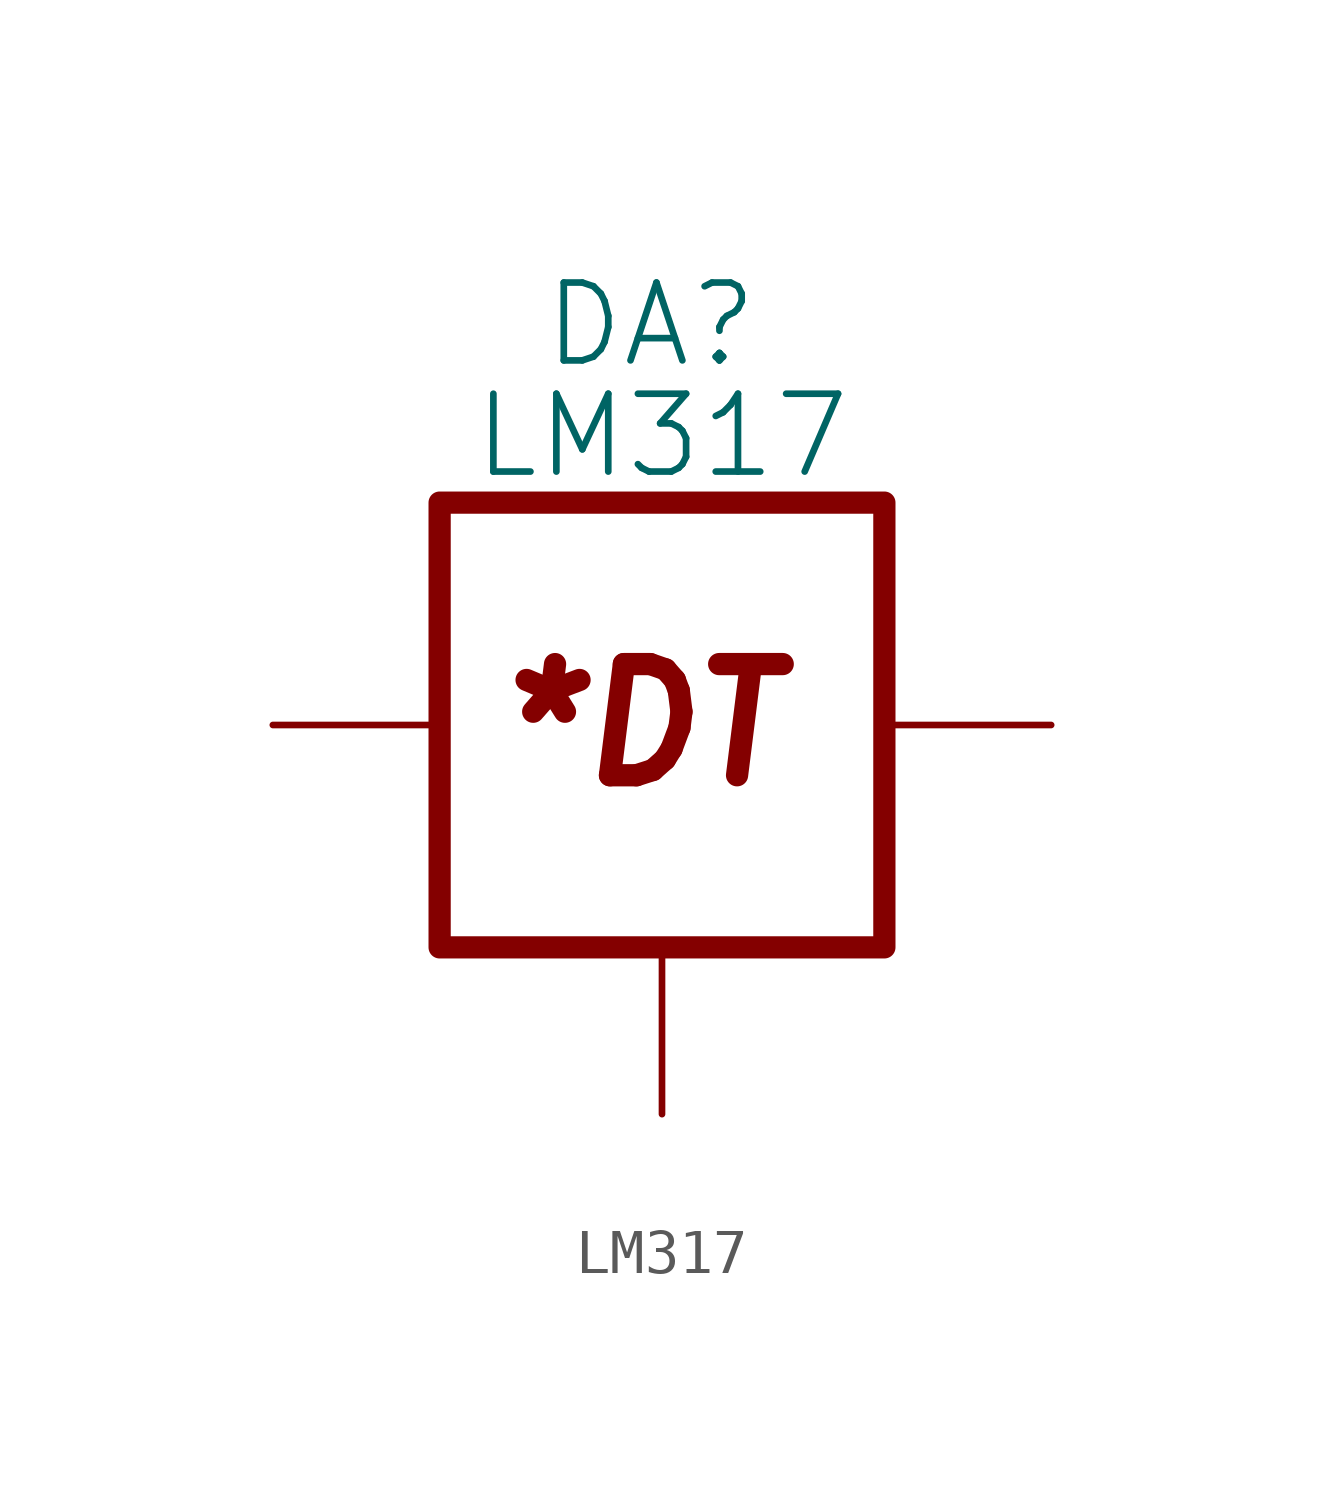
<source format=kicad_sym>
(kicad_symbol_lib
  (version 20211014)
  (generator kicad_symbol_editor)
  (symbol "LM317"
    (pin_names
      (offset 1.016))
    (property "Reference" "DA"
      (at -0.254 9.144 0)
      (effects (font (size 1.778 1.778))))
    (property "Value" "LM317"
      (at 0 6.604 0)
      (effects (font (size 1.778 1.778))))
    (symbol "LM317_1_1"
      (rectangle (start -5.08 5.08) (end 5.08 -5.08) (stroke (width 0.508) (type default) (color 0 0 0 0)) (fill (type none)))
      (polyline (pts (xy -8.89 0) (xy -5.08 0)) (stroke (width 0) (type default) (color 0 0 0 0)) (fill (type none)))
      (polyline (pts (xy 0 -5.08) (xy 0 -8.89)) (stroke (width 0) (type default) (color 0 0 0 0)) (fill (type none)))
      (polyline (pts (xy 5.08 0) (xy 8.89 0)) (stroke (width 0) (type default) (color 0 0 0 0)) (fill (type none)))
      (text "*DT" (at -0.508 0 0) (effects (font (size 2.54 2.54) bold italic)))
      (pin input line (at 0 -8.89 90) (length 3.81) hide (name "ADJ" (effects (font (size 1.27 1.27)))) (number "1" (effects (font (size 1.27 1.27)))))
      (pin power_out line (at 8.89 0 180) (length 3.81) hide (name "OUT" (effects (font (size 1.27 1.27)))) (number "2" (effects (font (size 1.27 1.27)))))
      (pin power_in line (at -8.89 0 0) (length 3.81) hide (name "IN" (effects (font (size 1.27 1.27)))) (number "3" (effects (font (size 1.27 1.27))))))))
</source>
